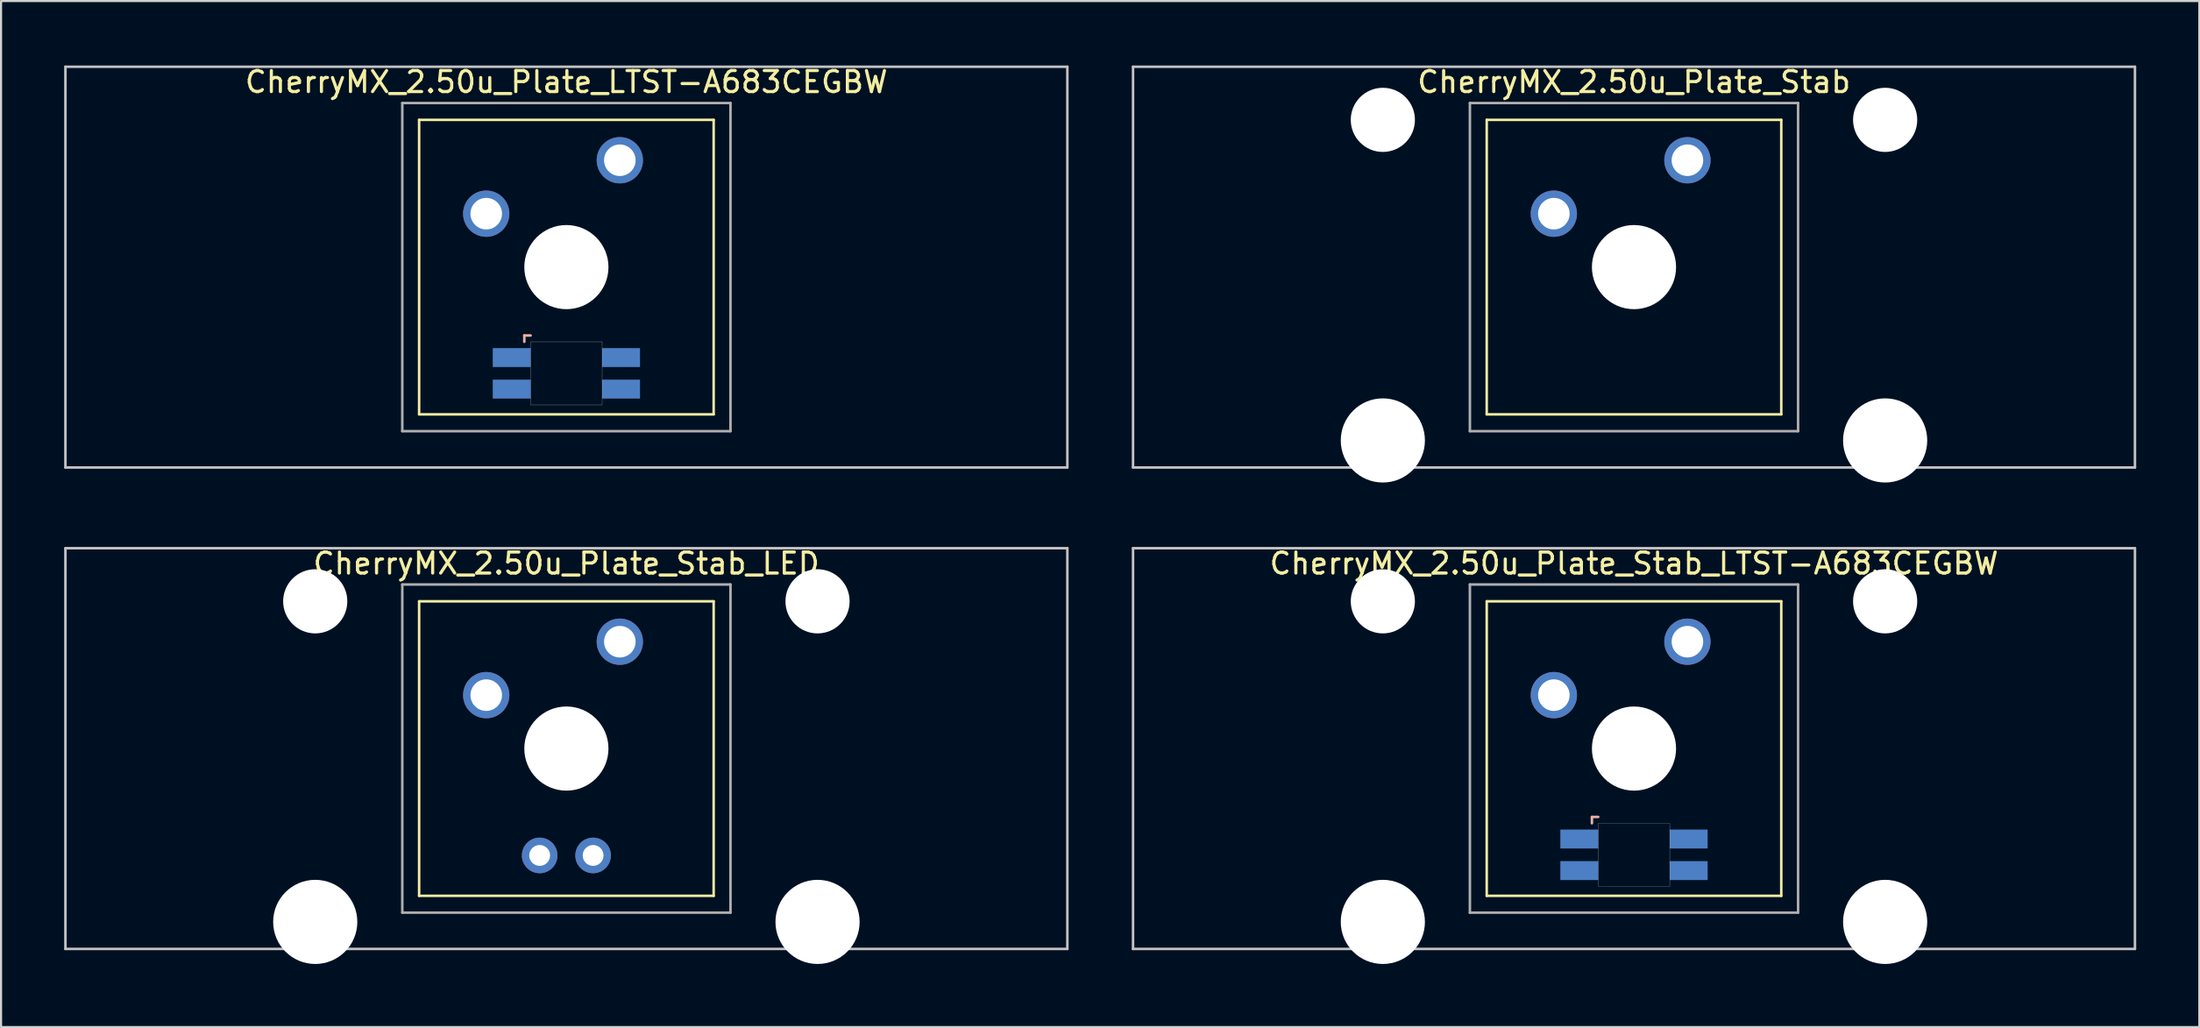
<source format=kicad_pcb>
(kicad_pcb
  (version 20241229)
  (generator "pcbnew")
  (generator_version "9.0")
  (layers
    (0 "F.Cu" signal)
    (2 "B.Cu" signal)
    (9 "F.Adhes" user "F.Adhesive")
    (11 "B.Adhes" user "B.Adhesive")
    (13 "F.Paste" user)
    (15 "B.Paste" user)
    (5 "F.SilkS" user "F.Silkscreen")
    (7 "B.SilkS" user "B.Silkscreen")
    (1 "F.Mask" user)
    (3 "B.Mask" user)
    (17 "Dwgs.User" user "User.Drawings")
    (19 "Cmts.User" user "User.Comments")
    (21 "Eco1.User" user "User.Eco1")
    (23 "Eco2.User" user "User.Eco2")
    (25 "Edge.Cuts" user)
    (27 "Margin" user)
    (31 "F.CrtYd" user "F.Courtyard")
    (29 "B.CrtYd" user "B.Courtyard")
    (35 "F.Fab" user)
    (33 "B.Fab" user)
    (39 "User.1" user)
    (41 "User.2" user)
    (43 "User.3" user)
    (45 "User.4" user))
  (footprint "CherryMX_2.50u_Plate_Stab"
    (layer "F.Cu")
    (at 74.618 9.648)
    (property "Reference" "CherryMX_2.50u_Plate_Stab" (at 0 -8.8 0) (layer "F.SilkS") (effects (font (size 1 1) (thickness 0.15))))
    (attr through_hole)
    (fp_line (start -7 -7) (end -7 7) (stroke (width 0.12) (type solid)) (layer "F.SilkS"))
    (fp_line (start -7 -7) (end 7 -7) (stroke (width 0.12) (type solid)) (layer "F.SilkS"))
    (fp_line (start 7 -7) (end 7 7) (stroke (width 0.12) (type solid)) (layer "F.SilkS"))
    (fp_line (start 7 7) (end -7 7) (stroke (width 0.12) (type solid)) (layer "F.SilkS"))
    (fp_line (start -23.812 -9.525) (end 23.812 -9.525) (stroke (width 0.12) (type solid)) (layer "Dwgs.User"))
    (fp_line (start -23.812 9.525) (end -23.812 -9.525) (stroke (width 0.12) (type solid)) (layer "Dwgs.User"))
    (fp_line (start 23.812 -9.525) (end 23.812 9.525) (stroke (width 0.12) (type solid)) (layer "Dwgs.User"))
    (fp_line (start 23.812 9.525) (end -23.812 9.525) (stroke (width 0.12) (type solid)) (layer "Dwgs.User"))
    (fp_line (start -7.8 -7.8) (end -7.8 7.8) (stroke (width 0.12) (type solid)) (layer "F.Fab"))
    (fp_line (start -7.8 -7.8) (end 7.8 -7.8) (stroke (width 0.12) (type solid)) (layer "F.Fab"))
    (fp_line (start -7.8 7.8) (end 7.8 7.8) (stroke (width 0.12) (type solid)) (layer "F.Fab"))
    (fp_line (start 7.8 -7.8) (end 7.8 7.8) (stroke (width 0.12) (type solid)) (layer "F.Fab"))
    (pad "" np_thru_hole circle (at -11.938 -7) (size 3.05 3.05) (drill 3.05) (layers "*.Cu" "*.Mask"))
    (pad "" np_thru_hole circle (at -11.938 8.24) (size 4 4) (drill 4) (layers "*.Cu" "*.Mask"))
    (pad "" np_thru_hole circle (at 0 0) (size 4 4) (drill 4) (layers "*.Cu" "*.Mask"))
    (pad "" np_thru_hole circle (at 11.938 -7) (size 3.05 3.05) (drill 3.05) (layers "*.Cu" "*.Mask"))
    (pad "" np_thru_hole circle (at 11.938 8.24) (size 4 4) (drill 4) (layers "*.Cu" "*.Mask"))
    (pad "1" thru_hole circle (at -3.81 -2.54) (size 2.2 2.2) (drill 1.5) (layers "*.Cu" "*.Mask"))
    (pad "2" thru_hole circle (at 2.54 -5.08) (size 2.2 2.2) (drill 1.5) (layers "*.Cu" "*.Mask")))
  (footprint "CherryMX_2.50u_Plate_Stab_LED"
    (layer "F.Cu")
    (at 23.872 32.536)
    (property "Reference" "CherryMX_2.50u_Plate_Stab_LED" (at 0 -8.8 0) (layer "F.SilkS") (effects (font (size 1 1) (thickness 0.15))))
    (attr through_hole)
    (fp_line (start -7 -7) (end -7 7) (stroke (width 0.12) (type solid)) (layer "F.SilkS"))
    (fp_line (start -7 -7) (end 7 -7) (stroke (width 0.12) (type solid)) (layer "F.SilkS"))
    (fp_line (start 7 -7) (end 7 7) (stroke (width 0.12) (type solid)) (layer "F.SilkS"))
    (fp_line (start 7 7) (end -7 7) (stroke (width 0.12) (type solid)) (layer "F.SilkS"))
    (fp_line (start -23.812 -9.525) (end 23.812 -9.525) (stroke (width 0.12) (type solid)) (layer "Dwgs.User"))
    (fp_line (start -23.812 9.525) (end -23.812 -9.525) (stroke (width 0.12) (type solid)) (layer "Dwgs.User"))
    (fp_line (start 23.812 -9.525) (end 23.812 9.525) (stroke (width 0.12) (type solid)) (layer "Dwgs.User"))
    (fp_line (start 23.812 9.525) (end -23.812 9.525) (stroke (width 0.12) (type solid)) (layer "Dwgs.User"))
    (fp_line (start -7.8 -7.8) (end -7.8 7.8) (stroke (width 0.12) (type solid)) (layer "F.Fab"))
    (fp_line (start -7.8 -7.8) (end 7.8 -7.8) (stroke (width 0.12) (type solid)) (layer "F.Fab"))
    (fp_line (start -7.8 7.8) (end 7.8 7.8) (stroke (width 0.12) (type solid)) (layer "F.Fab"))
    (fp_line (start 7.8 -7.8) (end 7.8 7.8) (stroke (width 0.12) (type solid)) (layer "F.Fab"))
    (pad "" np_thru_hole circle (at -11.938 -7) (size 3.05 3.05) (drill 3.05) (layers "*.Cu" "*.Mask"))
    (pad "" np_thru_hole circle (at -11.938 8.24) (size 4 4) (drill 4) (layers "*.Cu" "*.Mask"))
    (pad "" np_thru_hole circle (at 0 0) (size 4 4) (drill 4) (layers "*.Cu" "*.Mask"))
    (pad "" np_thru_hole circle (at 11.938 -7) (size 3.05 3.05) (drill 3.05) (layers "*.Cu" "*.Mask"))
    (pad "" np_thru_hole circle (at 11.938 8.24) (size 4 4) (drill 4) (layers "*.Cu" "*.Mask"))
    (pad "1" thru_hole circle (at -3.81 -2.54) (size 2.2 2.2) (drill 1.5) (layers "*.Cu" "*.Mask"))
    (pad "2" thru_hole circle (at 2.54 -5.08) (size 2.2 2.2) (drill 1.5) (layers "*.Cu" "*.Mask"))
    (pad "3" thru_hole circle (at -1.27 5.08) (size 1.691 1.691) (drill 0.991) (layers "*.Cu" "*.Mask"))
    (pad "4" thru_hole circle (at 1.27 5.08) (size 1.691 1.691) (drill 0.991) (layers "*.Cu" "*.Mask")))
  (footprint "CherryMX_2.50u_Plate_LTST-A683CEGBW"
    (layer "F.Cu")
    (at 23.872 9.648)
    (property "Reference" "CherryMX_2.50u_Plate_LTST-A683CEGBW" (at 0 -8.8 0) (layer "F.SilkS") (effects (font (size 1 1) (thickness 0.15))))
    (attr through_hole)
    (fp_line (start -7 -7) (end -7 7) (stroke (width 0.12) (type solid)) (layer "F.SilkS"))
    (fp_line (start -7 -7) (end 7 -7) (stroke (width 0.12) (type solid)) (layer "F.SilkS"))
    (fp_line (start 7 -7) (end 7 7) (stroke (width 0.12) (type solid)) (layer "F.SilkS"))
    (fp_line (start 7 7) (end -7 7) (stroke (width 0.12) (type solid)) (layer "F.SilkS"))
    (fp_line (start -2 3.25) (end -2 3.55) (stroke (width 0.12) (type solid)) (layer "B.SilkS"))
    (fp_line (start -1.7 3.25) (end -2 3.25) (stroke (width 0.12) (type solid)) (layer "B.SilkS"))
    (fp_line (start -23.812 -9.525) (end 23.812 -9.525) (stroke (width 0.12) (type solid)) (layer "Dwgs.User"))
    (fp_line (start -23.812 9.525) (end -23.812 -9.525) (stroke (width 0.12) (type solid)) (layer "Dwgs.User"))
    (fp_line (start 23.812 -9.525) (end 23.812 9.525) (stroke (width 0.12) (type solid)) (layer "Dwgs.User"))
    (fp_line (start 23.812 9.525) (end -23.812 9.525) (stroke (width 0.12) (type solid)) (layer "Dwgs.User"))
    (fp_poly (pts (xy 1.7 6.55) (xy -1.7 6.55) (xy -1.7 3.55) (xy 1.7 3.55)) (stroke (width 0.01) (type solid)) (fill no) (layer "Edge.Cuts"))
    (fp_line (start -7.8 -7.8) (end -7.8 7.8) (stroke (width 0.12) (type solid)) (layer "F.Fab"))
    (fp_line (start -7.8 -7.8) (end 7.8 -7.8) (stroke (width 0.12) (type solid)) (layer "F.Fab"))
    (fp_line (start -7.8 7.8) (end 7.8 7.8) (stroke (width 0.12) (type solid)) (layer "F.Fab"))
    (fp_line (start 7.8 -7.8) (end 7.8 7.8) (stroke (width 0.12) (type solid)) (layer "F.Fab"))
    (pad "" np_thru_hole circle (at 0 0) (size 4 4) (drill 4) (layers "*.Cu" "*.Mask"))
    (pad "1" thru_hole circle (at -3.81 -2.54) (size 2.2 2.2) (drill 1.5) (layers "*.Cu" "*.Mask"))
    (pad "2" thru_hole circle (at 2.54 -5.08) (size 2.2 2.2) (drill 1.5) (layers "*.Cu" "*.Mask"))
    (pad "3" smd rect (at -2.6 4.3) (size 1.8 0.9) (layers "B.Cu" "B.Mask" "B.Paste"))
    (pad "4" smd rect (at -2.6 5.8) (size 1.8 0.9) (layers "B.Cu" "B.Mask" "B.Paste"))
    (pad "5" smd rect (at 2.6 4.3) (size 1.8 0.9) (layers "B.Cu" "B.Mask" "B.Paste"))
    (pad "6" smd rect (at 2.6 5.8) (size 1.8 0.9) (layers "B.Cu" "B.Mask" "B.Paste")))
  (footprint "CherryMX_2.50u_Plate_Stab_LTST-A683CEGBW"
    (layer "F.Cu")
    (at 74.618 32.536)
    (property "Reference" "CherryMX_2.50u_Plate_Stab_LTST-A683CEGBW" (at 0 -8.8 0) (layer "F.SilkS") (effects (font (size 1 1) (thickness 0.15))))
    (attr through_hole)
    (fp_line (start -7 -7) (end -7 7) (stroke (width 0.12) (type solid)) (layer "F.SilkS"))
    (fp_line (start -7 -7) (end 7 -7) (stroke (width 0.12) (type solid)) (layer "F.SilkS"))
    (fp_line (start 7 -7) (end 7 7) (stroke (width 0.12) (type solid)) (layer "F.SilkS"))
    (fp_line (start 7 7) (end -7 7) (stroke (width 0.12) (type solid)) (layer "F.SilkS"))
    (fp_line (start -2 3.25) (end -2 3.55) (stroke (width 0.12) (type solid)) (layer "B.SilkS"))
    (fp_line (start -1.7 3.25) (end -2 3.25) (stroke (width 0.12) (type solid)) (layer "B.SilkS"))
    (fp_line (start -23.812 -9.525) (end 23.812 -9.525) (stroke (width 0.12) (type solid)) (layer "Dwgs.User"))
    (fp_line (start -23.812 9.525) (end -23.812 -9.525) (stroke (width 0.12) (type solid)) (layer "Dwgs.User"))
    (fp_line (start 23.812 -9.525) (end 23.812 9.525) (stroke (width 0.12) (type solid)) (layer "Dwgs.User"))
    (fp_line (start 23.812 9.525) (end -23.812 9.525) (stroke (width 0.12) (type solid)) (layer "Dwgs.User"))
    (fp_poly (pts (xy 1.7 6.55) (xy -1.7 6.55) (xy -1.7 3.55) (xy 1.7 3.55)) (stroke (width 0.01) (type solid)) (fill no) (layer "Edge.Cuts"))
    (fp_line (start -7.8 -7.8) (end -7.8 7.8) (stroke (width 0.12) (type solid)) (layer "F.Fab"))
    (fp_line (start -7.8 -7.8) (end 7.8 -7.8) (stroke (width 0.12) (type solid)) (layer "F.Fab"))
    (fp_line (start -7.8 7.8) (end 7.8 7.8) (stroke (width 0.12) (type solid)) (layer "F.Fab"))
    (fp_line (start 7.8 -7.8) (end 7.8 7.8) (stroke (width 0.12) (type solid)) (layer "F.Fab"))
    (pad "" np_thru_hole circle (at -11.938 -7) (size 3.05 3.05) (drill 3.05) (layers "*.Cu" "*.Mask"))
    (pad "" np_thru_hole circle (at -11.938 8.24) (size 4 4) (drill 4) (layers "*.Cu" "*.Mask"))
    (pad "" np_thru_hole circle (at 0 0) (size 4 4) (drill 4) (layers "*.Cu" "*.Mask"))
    (pad "" np_thru_hole circle (at 11.938 -7) (size 3.05 3.05) (drill 3.05) (layers "*.Cu" "*.Mask"))
    (pad "" np_thru_hole circle (at 11.938 8.24) (size 4 4) (drill 4) (layers "*.Cu" "*.Mask"))
    (pad "1" thru_hole circle (at -3.81 -2.54) (size 2.2 2.2) (drill 1.5) (layers "*.Cu" "*.Mask"))
    (pad "2" thru_hole circle (at 2.54 -5.08) (size 2.2 2.2) (drill 1.5) (layers "*.Cu" "*.Mask"))
    (pad "3" smd rect (at -2.6 4.3) (size 1.8 0.9) (layers "B.Cu" "B.Mask" "B.Paste"))
    (pad "4" smd rect (at -2.6 5.8) (size 1.8 0.9) (layers "B.Cu" "B.Mask" "B.Paste"))
    (pad "5" smd rect (at 2.6 4.3) (size 1.8 0.9) (layers "B.Cu" "B.Mask" "B.Paste"))
    (pad "6" smd rect (at 2.6 5.8) (size 1.8 0.9) (layers "B.Cu" "B.Mask" "B.Paste")))
  (gr_rect
    (start -3 -3)
    (end 101.49 45.776)
    (stroke (width 0.1) (type default))
    (fill no)
    (layer "Edge.Cuts")))
</source>
